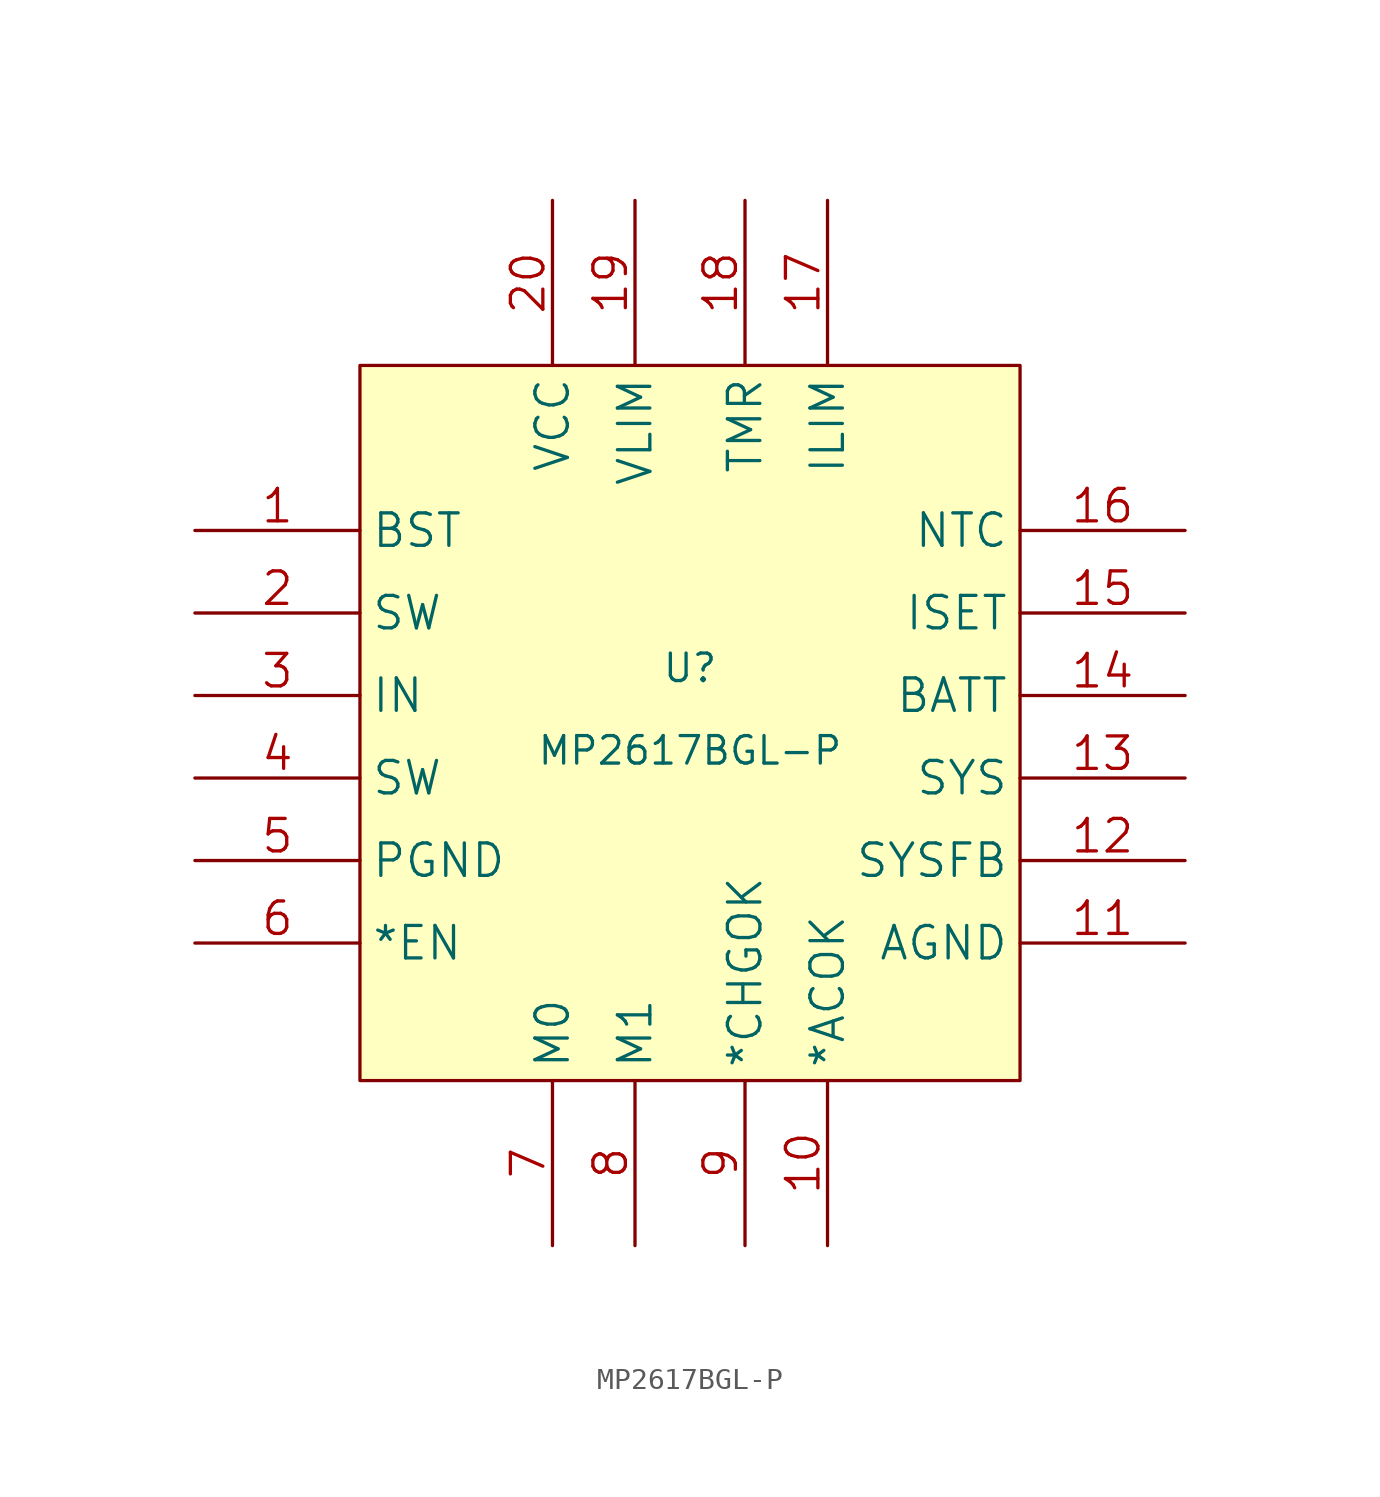
<source format=kicad_sym>
(kicad_symbol_lib
  (version 20210619)
  (generator kicad_symbol_editor)
  (symbol "MP:MP2617BGL-P"
    (property "Reference" "U"
      (at 0 2.54 0)
      (effects (font (size 1.27 1.27))))
    (property "Value" "MP2617BGL-P"
      (at 0 -1.27 0)
      (effects (font (size 1.27 1.27))))
    (symbol "MP2617BGL-P_0_1"
      (rectangle (start -15.24 16.51) (end 15.24 -16.51) (stroke (width 0.152)) (fill (type background))))
    (symbol "MP2617BGL-P_1_1"
      (pin unspecified line (at -22.86 8.89 0) (length 7.62) (name "BST" (effects (font (size 1.499 1.499)))) (number "1" (effects (font (size 1.499 1.499)))))
      (pin output line (at 6.35 -24.13 90) (length 7.62) (name "*ACOK" (effects (font (size 1.499 1.499)))) (number "10" (effects (font (size 1.499 1.499)))))
      (pin power_in line (at 22.86 -10.16 180) (length 7.62) (name "AGND" (effects (font (size 1.499 1.499)))) (number "11" (effects (font (size 1.499 1.499)))))
      (pin unspecified line (at 22.86 -6.35 180) (length 7.62) (name "SYSFB" (effects (font (size 1.499 1.499)))) (number "12" (effects (font (size 1.499 1.499)))))
      (pin output line (at 22.86 -2.54 180) (length 7.62) (name "SYS" (effects (font (size 1.499 1.499)))) (number "13" (effects (font (size 1.499 1.499)))))
      (pin power_in line (at 22.86 1.27 180) (length 7.62) (name "BATT" (effects (font (size 1.499 1.499)))) (number "14" (effects (font (size 1.499 1.499)))))
      (pin unspecified line (at 22.86 5.08 180) (length 7.62) (name "ISET" (effects (font (size 1.499 1.499)))) (number "15" (effects (font (size 1.499 1.499)))))
      (pin input line (at 22.86 8.89 180) (length 7.62) (name "NTC" (effects (font (size 1.499 1.499)))) (number "16" (effects (font (size 1.499 1.499)))))
      (pin input line (at 6.35 24.13 270) (length 7.62) (name "ILIM" (effects (font (size 1.499 1.499)))) (number "17" (effects (font (size 1.499 1.499)))))
      (pin unspecified line (at 2.54 24.13 270) (length 7.62) (name "TMR" (effects (font (size 1.499 1.499)))) (number "18" (effects (font (size 1.499 1.499)))))
      (pin input line (at -2.54 24.13 270) (length 7.62) (name "VLIM" (effects (font (size 1.499 1.499)))) (number "19" (effects (font (size 1.499 1.499)))))
      (pin output line (at -22.86 5.08 0) (length 7.62) (name "SW" (effects (font (size 1.499 1.499)))) (number "2" (effects (font (size 1.499 1.499)))))
      (pin power_in line (at -6.35 24.13 270) (length 7.62) (name "VCC" (effects (font (size 1.499 1.499)))) (number "20" (effects (font (size 1.499 1.499)))))
      (pin power_in line (at -22.86 1.27 0) (length 7.62) (name "IN" (effects (font (size 1.499 1.499)))) (number "3" (effects (font (size 1.499 1.499)))))
      (pin output line (at -22.86 -2.54 0) (length 7.62) (name "SW" (effects (font (size 1.499 1.499)))) (number "4" (effects (font (size 1.499 1.499)))))
      (pin power_in line (at -22.86 -6.35 0) (length 7.62) (name "PGND" (effects (font (size 1.499 1.499)))) (number "5" (effects (font (size 1.499 1.499)))))
      (pin unspecified line (at -22.86 -10.16 0) (length 7.62) (name "*EN" (effects (font (size 1.499 1.499)))) (number "6" (effects (font (size 1.499 1.499)))))
      (pin input line (at -6.35 -24.13 90) (length 7.62) (name "M0" (effects (font (size 1.499 1.499)))) (number "7" (effects (font (size 1.499 1.499)))))
      (pin input line (at -2.54 -24.13 90) (length 7.62) (name "M1" (effects (font (size 1.499 1.499)))) (number "8" (effects (font (size 1.499 1.499)))))
      (pin output line (at 2.54 -24.13 90) (length 7.62) (name "*CHGOK" (effects (font (size 1.499 1.499)))) (number "9" (effects (font (size 1.499 1.499))))))))
</source>
